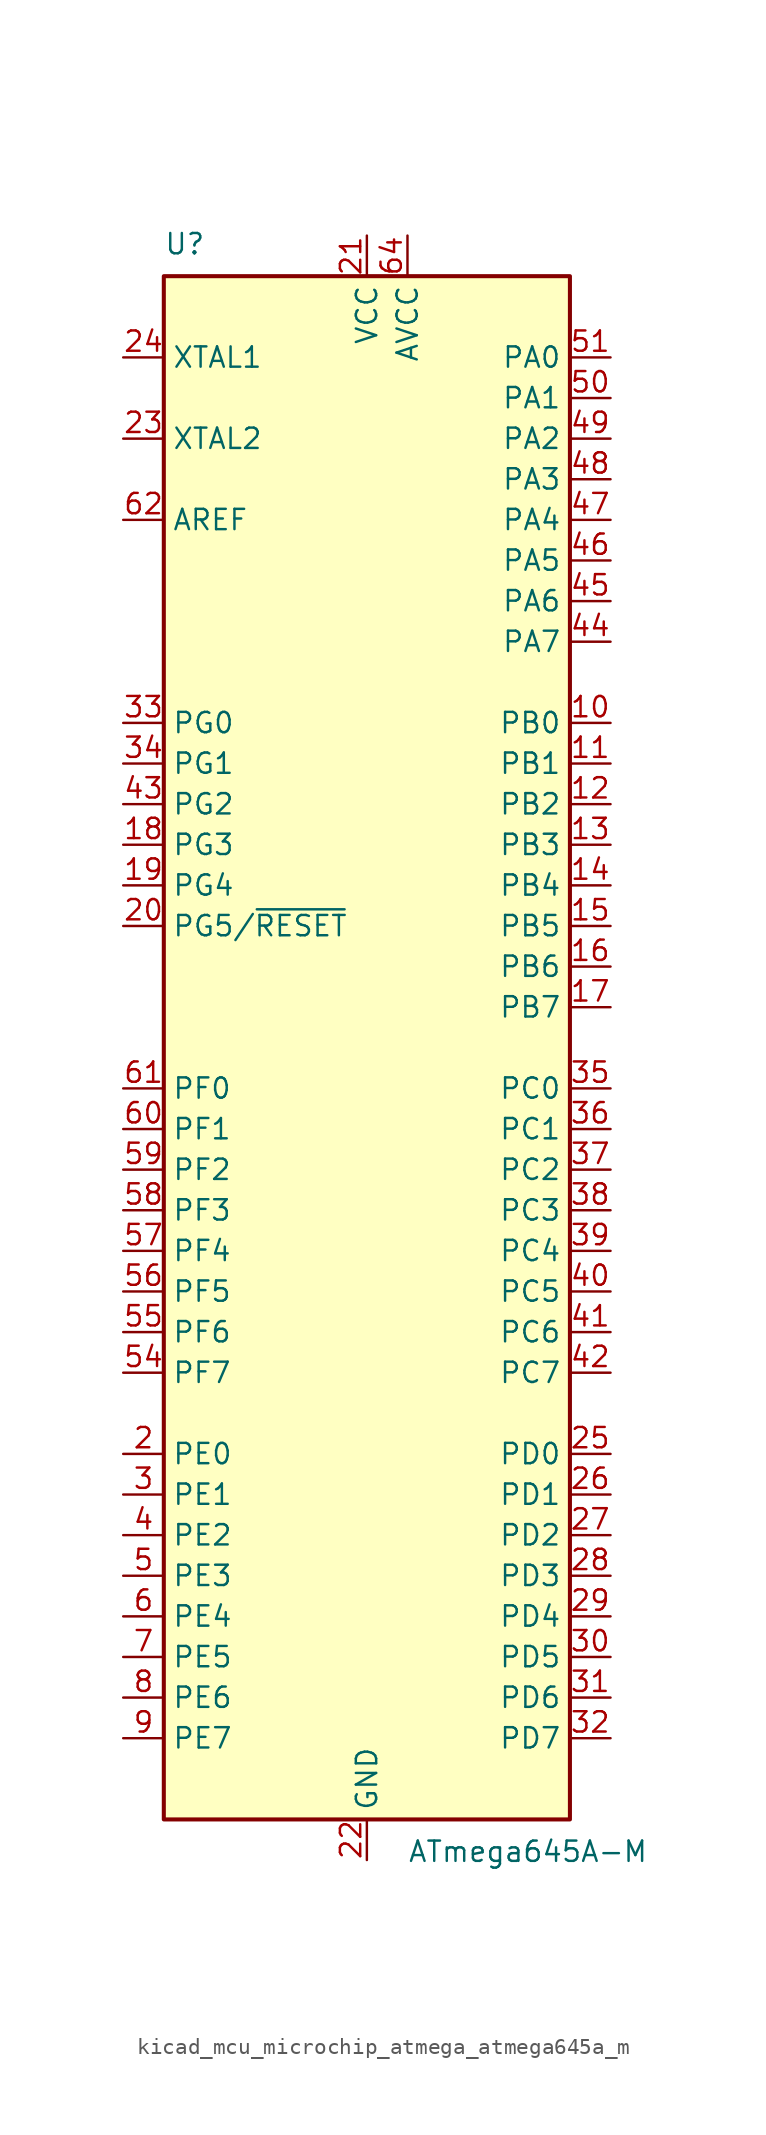
<source format=kicad_sym>
(kicad_symbol_lib
  (version 20220914)
  (generator kicad_symbol_editor)
  (symbol "kicad_mcu_microchip_atmega_atmega645a_m"
    (property "Reference" "U"
      (at -12.7 49.53 0)
      (effects (font (size 1.27 1.27)) (justify left bottom)))
    (property "Value" "ATmega645A-M"
      (at 2.54 -49.53 0)
      (effects (font (size 1.27 1.27)) (justify left top)))
    (symbol "kicad_mcu_microchip_atmega_atmega645a_m_0_1"
      (rectangle (start -12.7 -48.26) (end 12.7 48.26) (stroke (width 0.254) (type default)) (fill (type background))))
    (symbol "kicad_mcu_microchip_atmega_atmega645a_m_1_1"
      (pin no_connect line (at -12.7 -45.72 0) (length 2.54) hide (name "NC" (effects (font (size 1.27 1.27)))) (number "1" (effects (font (size 1.27 1.27)))))
      (pin bidirectional line (at 15.24 20.32 180) (length 2.54) (name "PB0" (effects (font (size 1.27 1.27)))) (number "10" (effects (font (size 1.27 1.27)))))
      (pin bidirectional line (at 15.24 17.78 180) (length 2.54) (name "PB1" (effects (font (size 1.27 1.27)))) (number "11" (effects (font (size 1.27 1.27)))))
      (pin bidirectional line (at 15.24 15.24 180) (length 2.54) (name "PB2" (effects (font (size 1.27 1.27)))) (number "12" (effects (font (size 1.27 1.27)))))
      (pin bidirectional line (at 15.24 12.7 180) (length 2.54) (name "PB3" (effects (font (size 1.27 1.27)))) (number "13" (effects (font (size 1.27 1.27)))))
      (pin bidirectional line (at 15.24 10.16 180) (length 2.54) (name "PB4" (effects (font (size 1.27 1.27)))) (number "14" (effects (font (size 1.27 1.27)))))
      (pin bidirectional line (at 15.24 7.62 180) (length 2.54) (name "PB5" (effects (font (size 1.27 1.27)))) (number "15" (effects (font (size 1.27 1.27)))))
      (pin bidirectional line (at 15.24 5.08 180) (length 2.54) (name "PB6" (effects (font (size 1.27 1.27)))) (number "16" (effects (font (size 1.27 1.27)))))
      (pin bidirectional line (at 15.24 2.54 180) (length 2.54) (name "PB7" (effects (font (size 1.27 1.27)))) (number "17" (effects (font (size 1.27 1.27)))))
      (pin bidirectional line (at -15.24 12.7 0) (length 2.54) (name "PG3" (effects (font (size 1.27 1.27)))) (number "18" (effects (font (size 1.27 1.27)))))
      (pin bidirectional line (at -15.24 10.16 0) (length 2.54) (name "PG4" (effects (font (size 1.27 1.27)))) (number "19" (effects (font (size 1.27 1.27)))))
      (pin bidirectional line (at -15.24 -25.4 0) (length 2.54) (name "PE0" (effects (font (size 1.27 1.27)))) (number "2" (effects (font (size 1.27 1.27)))))
      (pin bidirectional line (at -15.24 7.62 0) (length 2.54) (name "PG5/~{RESET}" (effects (font (size 1.27 1.27)))) (number "20" (effects (font (size 1.27 1.27)))))
      (pin power_in line (at 0 50.8 270) (length 2.54) (name "VCC" (effects (font (size 1.27 1.27)))) (number "21" (effects (font (size 1.27 1.27)))))
      (pin power_in line (at 0 -50.8 90) (length 2.54) (name "GND" (effects (font (size 1.27 1.27)))) (number "22" (effects (font (size 1.27 1.27)))))
      (pin output line (at -15.24 38.1 0) (length 2.54) (name "XTAL2" (effects (font (size 1.27 1.27)))) (number "23" (effects (font (size 1.27 1.27)))))
      (pin input line (at -15.24 43.18 0) (length 2.54) (name "XTAL1" (effects (font (size 1.27 1.27)))) (number "24" (effects (font (size 1.27 1.27)))))
      (pin bidirectional line (at 15.24 -25.4 180) (length 2.54) (name "PD0" (effects (font (size 1.27 1.27)))) (number "25" (effects (font (size 1.27 1.27)))))
      (pin bidirectional line (at 15.24 -27.94 180) (length 2.54) (name "PD1" (effects (font (size 1.27 1.27)))) (number "26" (effects (font (size 1.27 1.27)))))
      (pin bidirectional line (at 15.24 -30.48 180) (length 2.54) (name "PD2" (effects (font (size 1.27 1.27)))) (number "27" (effects (font (size 1.27 1.27)))))
      (pin bidirectional line (at 15.24 -33.02 180) (length 2.54) (name "PD3" (effects (font (size 1.27 1.27)))) (number "28" (effects (font (size 1.27 1.27)))))
      (pin bidirectional line (at 15.24 -35.56 180) (length 2.54) (name "PD4" (effects (font (size 1.27 1.27)))) (number "29" (effects (font (size 1.27 1.27)))))
      (pin bidirectional line (at -15.24 -27.94 0) (length 2.54) (name "PE1" (effects (font (size 1.27 1.27)))) (number "3" (effects (font (size 1.27 1.27)))))
      (pin bidirectional line (at 15.24 -38.1 180) (length 2.54) (name "PD5" (effects (font (size 1.27 1.27)))) (number "30" (effects (font (size 1.27 1.27)))))
      (pin bidirectional line (at 15.24 -40.64 180) (length 2.54) (name "PD6" (effects (font (size 1.27 1.27)))) (number "31" (effects (font (size 1.27 1.27)))))
      (pin bidirectional line (at 15.24 -43.18 180) (length 2.54) (name "PD7" (effects (font (size 1.27 1.27)))) (number "32" (effects (font (size 1.27 1.27)))))
      (pin bidirectional line (at -15.24 20.32 0) (length 2.54) (name "PG0" (effects (font (size 1.27 1.27)))) (number "33" (effects (font (size 1.27 1.27)))))
      (pin bidirectional line (at -15.24 17.78 0) (length 2.54) (name "PG1" (effects (font (size 1.27 1.27)))) (number "34" (effects (font (size 1.27 1.27)))))
      (pin bidirectional line (at 15.24 -2.54 180) (length 2.54) (name "PC0" (effects (font (size 1.27 1.27)))) (number "35" (effects (font (size 1.27 1.27)))))
      (pin bidirectional line (at 15.24 -5.08 180) (length 2.54) (name "PC1" (effects (font (size 1.27 1.27)))) (number "36" (effects (font (size 1.27 1.27)))))
      (pin bidirectional line (at 15.24 -7.62 180) (length 2.54) (name "PC2" (effects (font (size 1.27 1.27)))) (number "37" (effects (font (size 1.27 1.27)))))
      (pin bidirectional line (at 15.24 -10.16 180) (length 2.54) (name "PC3" (effects (font (size 1.27 1.27)))) (number "38" (effects (font (size 1.27 1.27)))))
      (pin bidirectional line (at 15.24 -12.7 180) (length 2.54) (name "PC4" (effects (font (size 1.27 1.27)))) (number "39" (effects (font (size 1.27 1.27)))))
      (pin bidirectional line (at -15.24 -30.48 0) (length 2.54) (name "PE2" (effects (font (size 1.27 1.27)))) (number "4" (effects (font (size 1.27 1.27)))))
      (pin bidirectional line (at 15.24 -15.24 180) (length 2.54) (name "PC5" (effects (font (size 1.27 1.27)))) (number "40" (effects (font (size 1.27 1.27)))))
      (pin bidirectional line (at 15.24 -17.78 180) (length 2.54) (name "PC6" (effects (font (size 1.27 1.27)))) (number "41" (effects (font (size 1.27 1.27)))))
      (pin bidirectional line (at 15.24 -20.32 180) (length 2.54) (name "PC7" (effects (font (size 1.27 1.27)))) (number "42" (effects (font (size 1.27 1.27)))))
      (pin bidirectional line (at -15.24 15.24 0) (length 2.54) (name "PG2" (effects (font (size 1.27 1.27)))) (number "43" (effects (font (size 1.27 1.27)))))
      (pin bidirectional line (at 15.24 25.4 180) (length 2.54) (name "PA7" (effects (font (size 1.27 1.27)))) (number "44" (effects (font (size 1.27 1.27)))))
      (pin bidirectional line (at 15.24 27.94 180) (length 2.54) (name "PA6" (effects (font (size 1.27 1.27)))) (number "45" (effects (font (size 1.27 1.27)))))
      (pin bidirectional line (at 15.24 30.48 180) (length 2.54) (name "PA5" (effects (font (size 1.27 1.27)))) (number "46" (effects (font (size 1.27 1.27)))))
      (pin bidirectional line (at 15.24 33.02 180) (length 2.54) (name "PA4" (effects (font (size 1.27 1.27)))) (number "47" (effects (font (size 1.27 1.27)))))
      (pin bidirectional line (at 15.24 35.56 180) (length 2.54) (name "PA3" (effects (font (size 1.27 1.27)))) (number "48" (effects (font (size 1.27 1.27)))))
      (pin bidirectional line (at 15.24 38.1 180) (length 2.54) (name "PA2" (effects (font (size 1.27 1.27)))) (number "49" (effects (font (size 1.27 1.27)))))
      (pin bidirectional line (at -15.24 -33.02 0) (length 2.54) (name "PE3" (effects (font (size 1.27 1.27)))) (number "5" (effects (font (size 1.27 1.27)))))
      (pin bidirectional line (at 15.24 40.64 180) (length 2.54) (name "PA1" (effects (font (size 1.27 1.27)))) (number "50" (effects (font (size 1.27 1.27)))))
      (pin bidirectional line (at 15.24 43.18 180) (length 2.54) (name "PA0" (effects (font (size 1.27 1.27)))) (number "51" (effects (font (size 1.27 1.27)))))
      (pin passive line (at 0 50.8 270) (length 2.54) hide (name "VCC" (effects (font (size 1.27 1.27)))) (number "52" (effects (font (size 1.27 1.27)))))
      (pin passive line (at 0 -50.8 90) (length 2.54) hide (name "GND" (effects (font (size 1.27 1.27)))) (number "53" (effects (font (size 1.27 1.27)))))
      (pin bidirectional line (at -15.24 -20.32 0) (length 2.54) (name "PF7" (effects (font (size 1.27 1.27)))) (number "54" (effects (font (size 1.27 1.27)))))
      (pin bidirectional line (at -15.24 -17.78 0) (length 2.54) (name "PF6" (effects (font (size 1.27 1.27)))) (number "55" (effects (font (size 1.27 1.27)))))
      (pin bidirectional line (at -15.24 -15.24 0) (length 2.54) (name "PF5" (effects (font (size 1.27 1.27)))) (number "56" (effects (font (size 1.27 1.27)))))
      (pin bidirectional line (at -15.24 -12.7 0) (length 2.54) (name "PF4" (effects (font (size 1.27 1.27)))) (number "57" (effects (font (size 1.27 1.27)))))
      (pin bidirectional line (at -15.24 -10.16 0) (length 2.54) (name "PF3" (effects (font (size 1.27 1.27)))) (number "58" (effects (font (size 1.27 1.27)))))
      (pin bidirectional line (at -15.24 -7.62 0) (length 2.54) (name "PF2" (effects (font (size 1.27 1.27)))) (number "59" (effects (font (size 1.27 1.27)))))
      (pin bidirectional line (at -15.24 -35.56 0) (length 2.54) (name "PE4" (effects (font (size 1.27 1.27)))) (number "6" (effects (font (size 1.27 1.27)))))
      (pin bidirectional line (at -15.24 -5.08 0) (length 2.54) (name "PF1" (effects (font (size 1.27 1.27)))) (number "60" (effects (font (size 1.27 1.27)))))
      (pin bidirectional line (at -15.24 -2.54 0) (length 2.54) (name "PF0" (effects (font (size 1.27 1.27)))) (number "61" (effects (font (size 1.27 1.27)))))
      (pin passive line (at -15.24 33.02 0) (length 2.54) (name "AREF" (effects (font (size 1.27 1.27)))) (number "62" (effects (font (size 1.27 1.27)))))
      (pin passive line (at 0 -50.8 90) (length 2.54) hide (name "GND" (effects (font (size 1.27 1.27)))) (number "63" (effects (font (size 1.27 1.27)))))
      (pin power_in line (at 2.54 50.8 270) (length 2.54) (name "AVCC" (effects (font (size 1.27 1.27)))) (number "64" (effects (font (size 1.27 1.27)))))
      (pin passive line (at 0 -50.8 90) (length 2.54) hide (name "GND" (effects (font (size 1.27 1.27)))) (number "65" (effects (font (size 1.27 1.27)))))
      (pin bidirectional line (at -15.24 -38.1 0) (length 2.54) (name "PE5" (effects (font (size 1.27 1.27)))) (number "7" (effects (font (size 1.27 1.27)))))
      (pin bidirectional line (at -15.24 -40.64 0) (length 2.54) (name "PE6" (effects (font (size 1.27 1.27)))) (number "8" (effects (font (size 1.27 1.27)))))
      (pin bidirectional line (at -15.24 -43.18 0) (length 2.54) (name "PE7" (effects (font (size 1.27 1.27)))) (number "9" (effects (font (size 1.27 1.27))))))))
</source>
